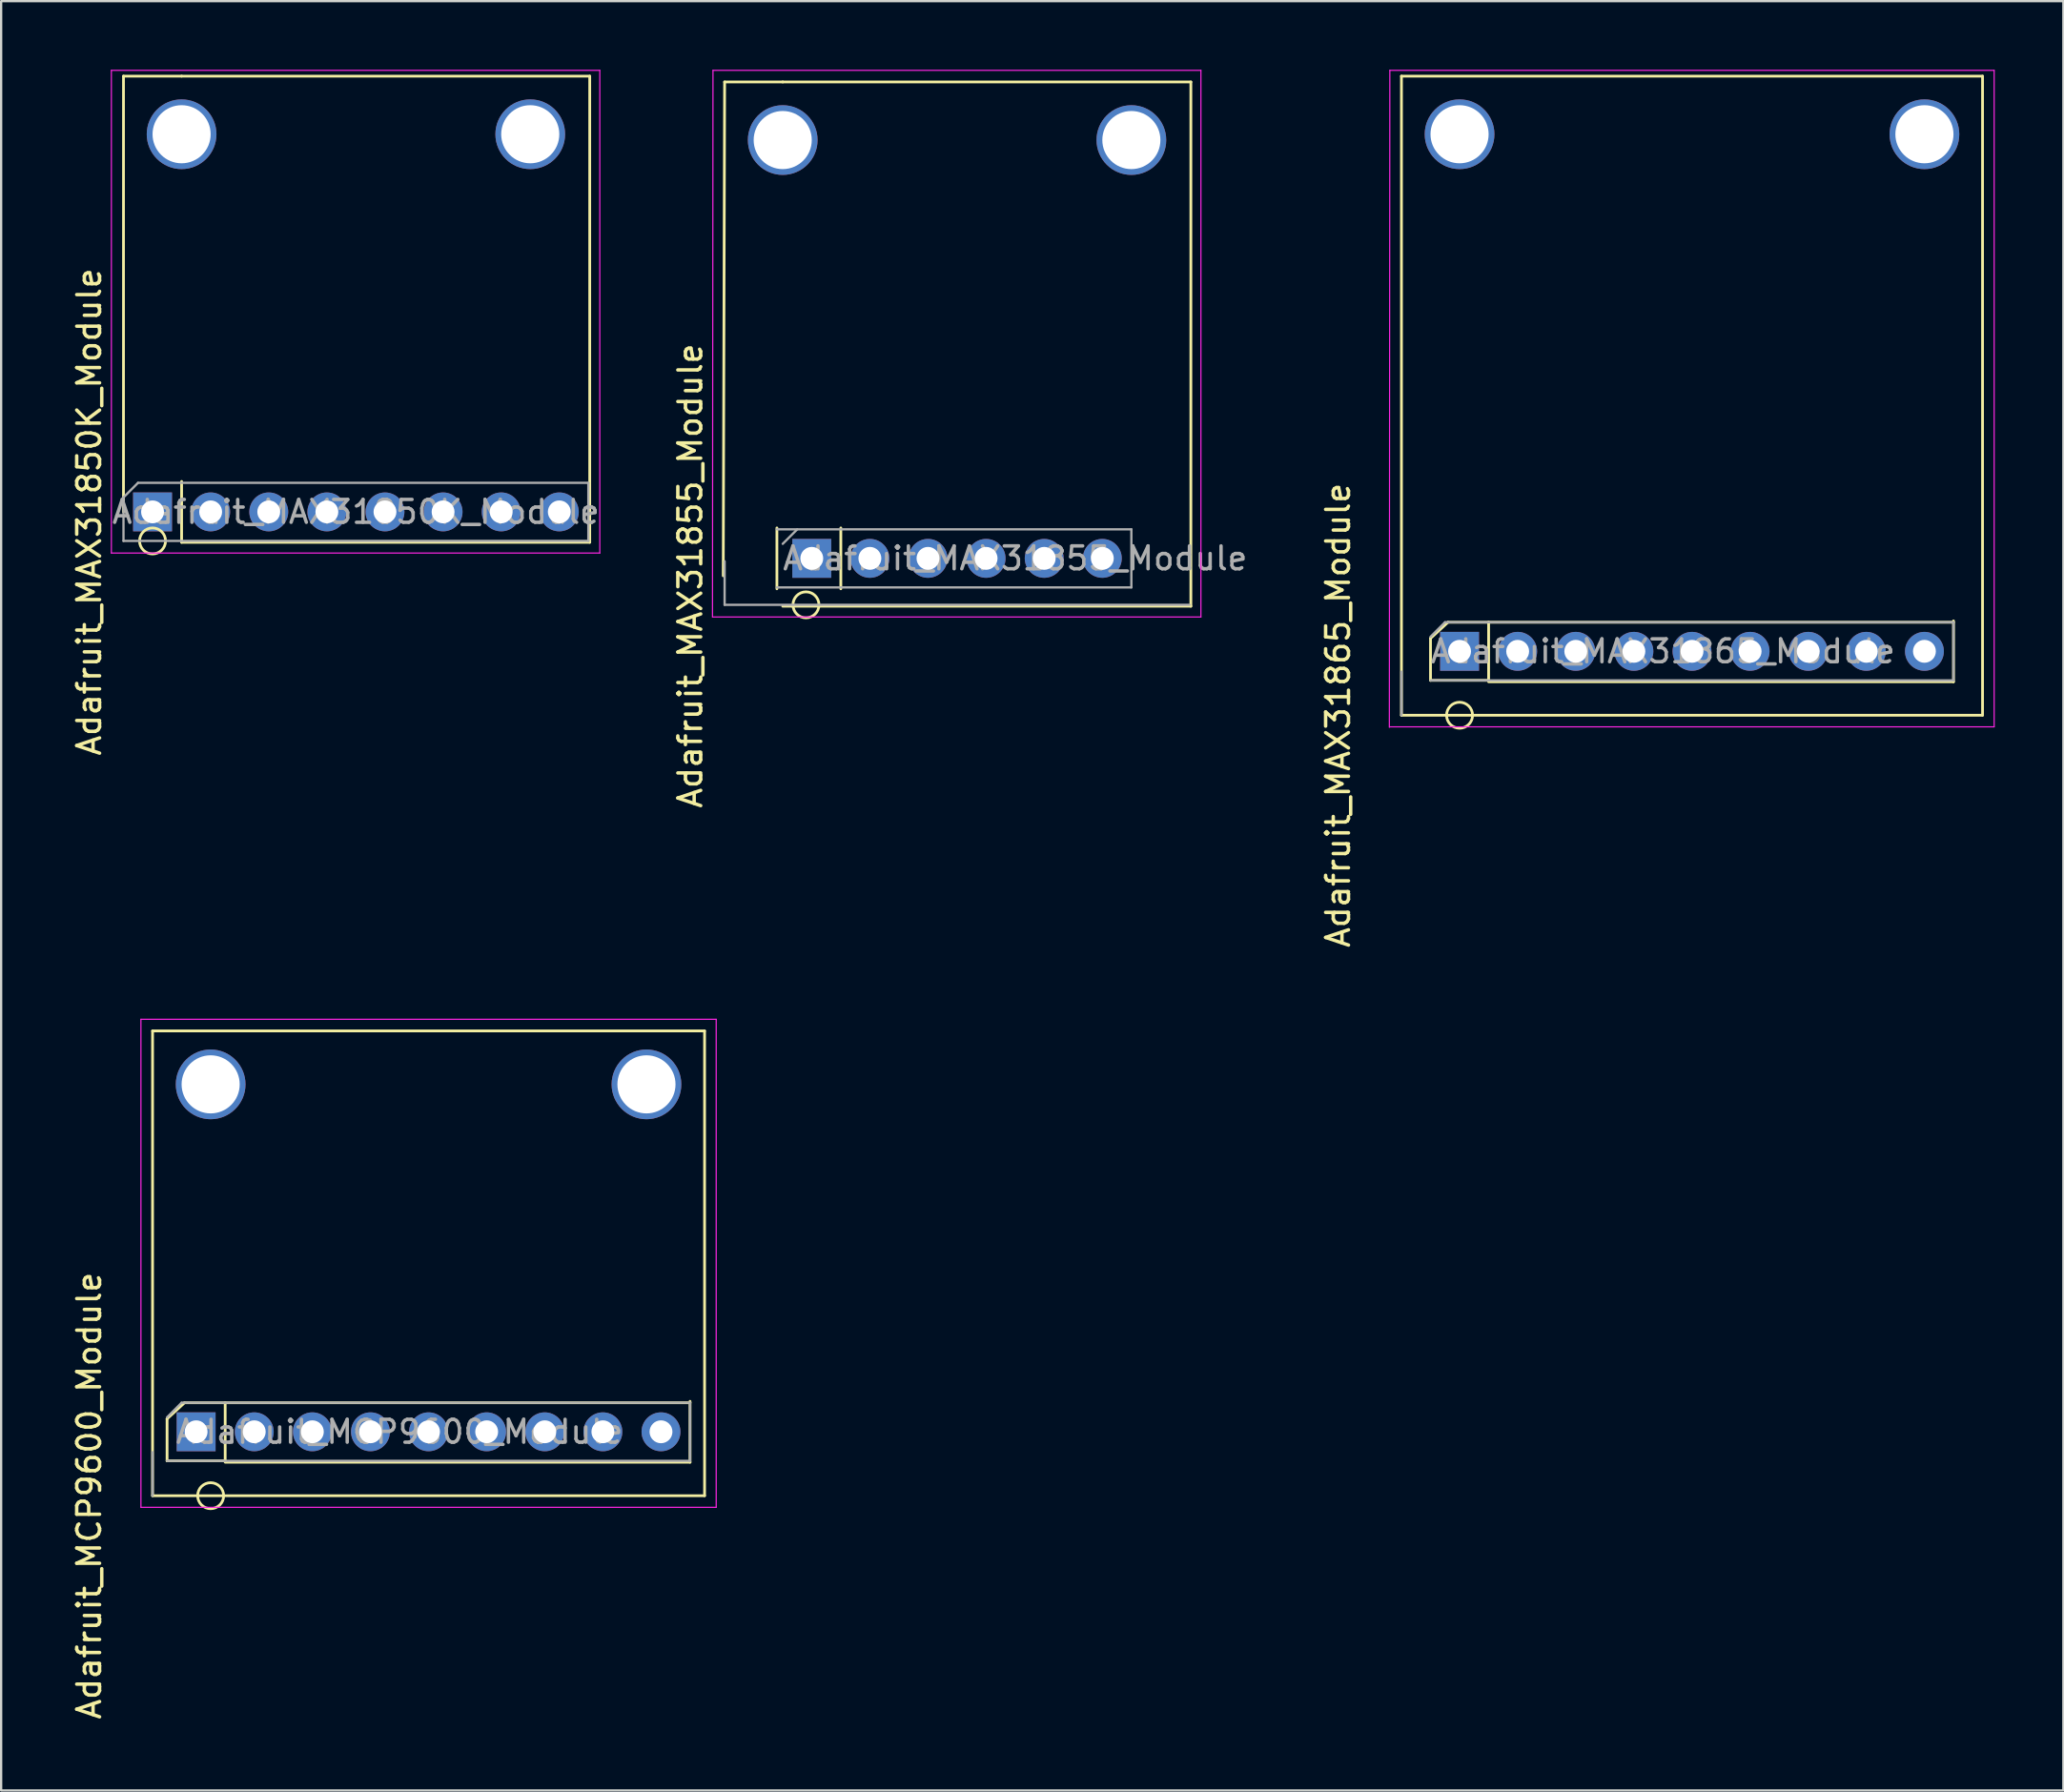
<source format=kicad_pcb>
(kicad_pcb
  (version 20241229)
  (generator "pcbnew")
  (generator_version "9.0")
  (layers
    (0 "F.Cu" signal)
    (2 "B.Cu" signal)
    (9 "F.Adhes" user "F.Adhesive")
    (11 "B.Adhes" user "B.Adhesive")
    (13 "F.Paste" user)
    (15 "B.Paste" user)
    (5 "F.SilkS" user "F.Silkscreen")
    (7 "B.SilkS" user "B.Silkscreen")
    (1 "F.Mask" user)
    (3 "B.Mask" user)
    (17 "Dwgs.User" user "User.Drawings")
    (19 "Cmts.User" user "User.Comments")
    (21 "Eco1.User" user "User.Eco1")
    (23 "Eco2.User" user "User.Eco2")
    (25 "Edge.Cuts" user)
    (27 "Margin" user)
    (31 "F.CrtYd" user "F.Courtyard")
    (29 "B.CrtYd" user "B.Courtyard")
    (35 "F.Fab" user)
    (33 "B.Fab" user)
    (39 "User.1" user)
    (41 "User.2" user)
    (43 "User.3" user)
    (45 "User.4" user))
  (footprint "Adafruit_MAX31865_Module"
    (layer "F.Cu")
    (at 58.21 28.219)
    (property "Reference" "Adafruit_MAX31865_Module" (at -2.77 0 90) (layer "F.SilkS") (effects (font (size 1 1) (thickness 0.15))))
    (attr through_hole)
    (fp_line (start 0 -27.94) (end 25.4 -27.94) (stroke (width 0.12) (type solid)) (layer "F.SilkS"))
    (fp_line (start 0 0) (end 0 -27.94) (stroke (width 0.12) (type solid)) (layer "F.SilkS"))
    (fp_line (start 0 0) (end 25.4 0) (stroke (width 0.12) (type solid)) (layer "F.SilkS"))
    (fp_line (start 1.27 -1.524) (end 1.27 -3.362) (stroke (width 0.12) (type solid)) (layer "F.SilkS"))
    (fp_line (start 2.032 -4.064) (end 1.27 -3.362) (stroke (width 0.12) (type default)) (layer "F.SilkS"))
    (fp_line (start 2.032 -4.064) (end 3.81 -4.064) (stroke (width 0.12) (type default)) (layer "F.SilkS"))
    (fp_line (start 3.81 -4.064) (end 24.13 -4.064) (stroke (width 0.12) (type solid)) (layer "F.SilkS"))
    (fp_line (start 3.81 -1.524) (end 1.27 -1.524) (stroke (width 0.12) (type default)) (layer "F.SilkS"))
    (fp_line (start 3.81 -1.524) (end 3.81 -4.064) (stroke (width 0.12) (type solid)) (layer "F.SilkS"))
    (fp_line (start 3.81 -1.464) (end 24.13 -1.464) (stroke (width 0.12) (type solid)) (layer "F.SilkS"))
    (fp_line (start 24.13 -1.464) (end 24.13 -4.124) (stroke (width 0.12) (type solid)) (layer "F.SilkS"))
    (fp_line (start 25.4 0) (end 25.4 -27.94) (stroke (width 0.12) (type solid)) (layer "F.SilkS"))
    (fp_circle (center 2.54 0) (end 2.794 0.508) (stroke (width 0.12) (type solid)) (fill no) (layer "F.SilkS"))
    (fp_line (start -0.53 0.53) (end -0.508 -28.194) (stroke (width 0.05) (type solid)) (layer "F.CrtYd"))
    (fp_line (start -0.508 -28.194) (end 25.908 -28.194) (stroke (width 0.05) (type solid)) (layer "F.CrtYd"))
    (fp_line (start 25.908 -28.194) (end 25.908 0.508) (stroke (width 0.05) (type solid)) (layer "F.CrtYd"))
    (fp_line (start 25.908 0.508) (end -0.508 0.508) (stroke (width 0.05) (type solid)) (layer "F.CrtYd"))
    (fp_line (start 0 0) (end 0 -1.905) (stroke (width 0.1) (type solid)) (layer "F.Fab"))
    (fp_line (start 1.27 -3.429) (end 1.905 -4.064) (stroke (width 0.1) (type solid)) (layer "F.Fab"))
    (fp_line (start 1.905 -4.064) (end 24.13 -4.064) (stroke (width 0.1) (type solid)) (layer "F.Fab"))
    (fp_line (start 24.13 -4.064) (end 24.13 -1.524) (stroke (width 0.1) (type solid)) (layer "F.Fab"))
    (fp_line (start 24.13 -1.524) (end 1.27 -1.524) (stroke (width 0.1) (type solid)) (layer "F.Fab"))
    (fp_text user "${REFERENCE}" (at 11.43 -2.794 180) (layer "F.Fab") (effects (font (size 1 1) (thickness 0.15))))
    (pad "1" thru_hole rect (at 2.54 -2.794 90) (size 1.7 1.7) (drill 1) (layers "*.Cu" "*.Mask"))
    (pad "2" thru_hole oval (at 5.08 -2.794 90) (size 1.7 1.7) (drill 1) (layers "*.Cu" "*.Mask"))
    (pad "3" thru_hole oval (at 7.62 -2.794 90) (size 1.7 1.7) (drill 1) (layers "*.Cu" "*.Mask"))
    (pad "4" thru_hole oval (at 10.16 -2.794 90) (size 1.7 1.7) (drill 1) (layers "*.Cu" "*.Mask"))
    (pad "5" thru_hole oval (at 12.7 -2.794 90) (size 1.7 1.7) (drill 1) (layers "*.Cu" "*.Mask"))
    (pad "6" thru_hole oval (at 15.24 -2.794 90) (size 1.7 1.7) (drill 1) (layers "*.Cu" "*.Mask"))
    (pad "7" thru_hole oval (at 17.78 -2.794 90) (size 1.7 1.7) (drill 1) (layers "*.Cu" "*.Mask"))
    (pad "8" thru_hole oval (at 20.32 -2.794 90) (size 1.7 1.7) (drill 1) (layers "*.Cu" "*.Mask"))
    (pad "9" thru_hole oval (at 22.86 -2.794 90) (size 1.7 1.7) (drill 1) (layers "*.Cu" "*.Mask"))
    (pad "10" thru_hole circle (at 2.54 -25.4 90) (size 3.048 3.048) (drill 2.54) (layers "*.Cu" "*.Mask"))
    (pad "11" thru_hole circle (at 22.86 -25.4 90) (size 3.048 3.048) (drill 2.54) (layers "*.Cu" "*.Mask")))
  (footprint "Adafruit_MAX31855_Module"
    (layer "F.Cu")
    (at 29.894 22.123)
    (property "Reference" "Adafruit_MAX31855_Module" (at -2.77 0 90) (layer "F.SilkS") (effects (font (size 1 1) (thickness 0.15))))
    (attr through_hole)
    (fp_line (start -1.33 0) (end -1.27 -21.59) (stroke (width 0.12) (type solid)) (layer "F.SilkS"))
    (fp_line (start -1.27 -21.59) (end 1.27 -21.59) (stroke (width 0.12) (type solid)) (layer "F.SilkS"))
    (fp_line (start 1.016 0.568) (end 1.016 -2.092) (stroke (width 0.12) (type solid)) (layer "F.SilkS"))
    (fp_line (start 1.27 -21.59) (end 19.11 -21.59) (stroke (width 0.12) (type solid)) (layer "F.SilkS"))
    (fp_line (start 1.27 1.33) (end 19.11 1.33) (stroke (width 0.12) (type solid)) (layer "F.SilkS"))
    (fp_line (start 3.81 0.568) (end 3.81 -2.092) (stroke (width 0.12) (type solid)) (layer "F.SilkS"))
    (fp_line (start 19.11 1.33) (end 19.11 -21.59) (stroke (width 0.12) (type solid)) (layer "F.SilkS"))
    (fp_circle (center 2.286 1.27) (end 2.54 1.778) (stroke (width 0.12) (type default)) (fill no) (layer "F.SilkS"))
    (fp_line (start -1.8 1.8) (end -1.778 -22.098) (stroke (width 0.05) (type solid)) (layer "F.CrtYd"))
    (fp_line (start -1.778 -22.098) (end 19.55 -22.098) (stroke (width 0.05) (type solid)) (layer "F.CrtYd"))
    (fp_line (start 19.55 -22.098) (end 19.55 1.8) (stroke (width 0.05) (type solid)) (layer "F.CrtYd"))
    (fp_line (start 19.55 1.8) (end -1.8 1.8) (stroke (width 0.05) (type solid)) (layer "F.CrtYd"))
    (fp_line (start -1.27 1.27) (end -1.27 -0.635) (stroke (width 0.1) (type solid)) (layer "F.Fab"))
    (fp_line (start 1.016 -2.032) (end 16.51 -2.032) (stroke (width 0.1) (type solid)) (layer "F.Fab"))
    (fp_line (start 1.016 0.508) (end 16.51 0.508) (stroke (width 0.1) (type solid)) (layer "F.Fab"))
    (fp_line (start 1.27 -1.397) (end 1.905 -2.032) (stroke (width 0.1) (type solid)) (layer "F.Fab"))
    (fp_line (start 16.51 -2.032) (end 16.51 0.508) (stroke (width 0.1) (type solid)) (layer "F.Fab"))
    (fp_line (start 19.05 1.27) (end -1.27 1.27) (stroke (width 0.1) (type solid)) (layer "F.Fab"))
    (fp_text user "${REFERENCE}" (at 11.43 -0.762 180) (layer "F.Fab") (effects (font (size 1 1) (thickness 0.15))))
    (pad "1" thru_hole rect (at 2.54 -0.762 90) (size 1.7 1.7) (drill 1) (layers "*.Cu" "*.Mask"))
    (pad "2" thru_hole oval (at 5.08 -0.762 90) (size 1.7 1.7) (drill 1) (layers "*.Cu" "*.Mask"))
    (pad "3" thru_hole oval (at 7.62 -0.762 90) (size 1.7 1.7) (drill 1) (layers "*.Cu" "*.Mask"))
    (pad "4" thru_hole oval (at 10.16 -0.762 90) (size 1.7 1.7) (drill 1) (layers "*.Cu" "*.Mask"))
    (pad "5" thru_hole oval (at 12.7 -0.762 90) (size 1.7 1.7) (drill 1) (layers "*.Cu" "*.Mask"))
    (pad "6" thru_hole oval (at 15.24 -0.762 90) (size 1.7 1.7) (drill 1) (layers "*.Cu" "*.Mask"))
    (pad "8" thru_hole circle (at 1.27 -19.05 90) (size 3.048 3.048) (drill 2.54) (layers "*.Cu" "*.Mask"))
    (pad "9" thru_hole circle (at 16.51 -19.05 90) (size 3.048 3.048) (drill 2.54) (layers "*.Cu" "*.Mask")))
  (footprint "Adafruit_MAX31850K_Module"
    (layer "F.Cu")
    (at 3.618 19.329)
    (property "Reference" "Adafruit_MAX31850K_Module" (at -2.77 0 90) (layer "F.SilkS") (effects (font (size 1 1) (thickness 0.15))))
    (attr through_hole)
    (fp_line (start -1.27 -19.05) (end 1.27 -19.05) (stroke (width 0.12) (type solid)) (layer "F.SilkS"))
    (fp_line (start -1.27 0) (end -1.27 -19.05) (stroke (width 0.12) (type solid)) (layer "F.SilkS"))
    (fp_line (start 1.27 -19.05) (end 19.11 -19.05) (stroke (width 0.12) (type solid)) (layer "F.SilkS"))
    (fp_line (start 1.27 1.33) (end 1.27 -1.33) (stroke (width 0.12) (type solid)) (layer "F.SilkS"))
    (fp_line (start 1.27 1.33) (end 19.11 1.33) (stroke (width 0.12) (type solid)) (layer "F.SilkS"))
    (fp_line (start 19.11 1.33) (end 19.11 -19.05) (stroke (width 0.12) (type solid)) (layer "F.SilkS"))
    (fp_circle (center 0 1.27) (end 0.254 1.778) (stroke (width 0.12) (type solid)) (fill no) (layer "F.SilkS"))
    (fp_line (start -1.8 -19.304) (end 19.55 -19.304) (stroke (width 0.05) (type solid)) (layer "F.CrtYd"))
    (fp_line (start -1.8 1.8) (end -1.8 -19.304) (stroke (width 0.05) (type solid)) (layer "F.CrtYd"))
    (fp_line (start 19.55 -19.304) (end 19.55 1.8) (stroke (width 0.05) (type solid)) (layer "F.CrtYd"))
    (fp_line (start 19.55 1.8) (end -1.8 1.8) (stroke (width 0.05) (type solid)) (layer "F.CrtYd"))
    (fp_line (start -1.27 -0.635) (end -0.635 -1.27) (stroke (width 0.1) (type solid)) (layer "F.Fab"))
    (fp_line (start -1.27 1.27) (end -1.27 -0.635) (stroke (width 0.1) (type solid)) (layer "F.Fab"))
    (fp_line (start -0.635 -1.27) (end 19.05 -1.27) (stroke (width 0.1) (type solid)) (layer "F.Fab"))
    (fp_line (start 19.05 -1.27) (end 19.05 1.27) (stroke (width 0.1) (type solid)) (layer "F.Fab"))
    (fp_line (start 19.05 1.27) (end -1.27 1.27) (stroke (width 0.1) (type solid)) (layer "F.Fab"))
    (fp_text user "${REFERENCE}" (at 8.89 0 180) (layer "F.Fab") (effects (font (size 1 1) (thickness 0.15))))
    (pad "1" thru_hole rect (at 0 0 90) (size 1.7 1.7) (drill 1) (layers "*.Cu" "*.Mask"))
    (pad "2" thru_hole oval (at 2.54 0 90) (size 1.7 1.7) (drill 1) (layers "*.Cu" "*.Mask"))
    (pad "3" thru_hole oval (at 5.08 0 90) (size 1.7 1.7) (drill 1) (layers "*.Cu" "*.Mask"))
    (pad "4" thru_hole oval (at 7.62 0 90) (size 1.7 1.7) (drill 1) (layers "*.Cu" "*.Mask"))
    (pad "5" thru_hole oval (at 10.16 0 90) (size 1.7 1.7) (drill 1) (layers "*.Cu" "*.Mask"))
    (pad "6" thru_hole oval (at 12.7 0 90) (size 1.7 1.7) (drill 1) (layers "*.Cu" "*.Mask"))
    (pad "7" thru_hole oval (at 15.24 0 90) (size 1.7 1.7) (drill 1) (layers "*.Cu" "*.Mask"))
    (pad "8" thru_hole oval (at 17.78 0 90) (size 1.7 1.7) (drill 1) (layers "*.Cu" "*.Mask"))
    (pad "9" thru_hole circle (at 1.27 -16.51 90) (size 3.048 3.048) (drill 2.54) (layers "*.Cu" "*.Mask"))
    (pad "10" thru_hole circle (at 16.51 -16.51 90) (size 3.048 3.048) (drill 2.54) (layers "*.Cu" "*.Mask")))
  (footprint "Adafruit_MCP9600_Module"
    (layer "F.Cu")
    (at 3.618 62.34)
    (property "Reference" "Adafruit_MCP9600_Module" (at -2.77 0 90) (layer "F.SilkS") (effects (font (size 1 1) (thickness 0.15))))
    (attr through_hole)
    (fp_line (start 0 -20.32) (end 24.13 -20.32) (stroke (width 0.12) (type solid)) (layer "F.SilkS"))
    (fp_line (start 0 0) (end 0 -20.32) (stroke (width 0.12) (type solid)) (layer "F.SilkS"))
    (fp_line (start 0 0) (end 24.13 0) (stroke (width 0.12) (type solid)) (layer "F.SilkS"))
    (fp_line (start 0.635 -1.524) (end 0.635 -3.362) (stroke (width 0.12) (type solid)) (layer "F.SilkS"))
    (fp_line (start 1.397 -4.064) (end 0.635 -3.362) (stroke (width 0.12) (type default)) (layer "F.SilkS"))
    (fp_line (start 1.397 -4.064) (end 3.175 -4.064) (stroke (width 0.12) (type default)) (layer "F.SilkS"))
    (fp_line (start 3.175 -4.064) (end 23.495 -4.064) (stroke (width 0.12) (type solid)) (layer "F.SilkS"))
    (fp_line (start 3.175 -1.524) (end 0.635 -1.524) (stroke (width 0.12) (type default)) (layer "F.SilkS"))
    (fp_line (start 3.175 -1.524) (end 3.175 -4.064) (stroke (width 0.12) (type solid)) (layer "F.SilkS"))
    (fp_line (start 3.175 -1.464) (end 23.495 -1.464) (stroke (width 0.12) (type solid)) (layer "F.SilkS"))
    (fp_line (start 23.495 -1.464) (end 23.495 -4.124) (stroke (width 0.12) (type solid)) (layer "F.SilkS"))
    (fp_line (start 24.13 0) (end 24.13 -20.32) (stroke (width 0.12) (type solid)) (layer "F.SilkS"))
    (fp_circle (center 2.54 0) (end 2.794 0.508) (stroke (width 0.12) (type solid)) (fill no) (layer "F.SilkS"))
    (fp_line (start -0.508 -20.828) (end 24.638 -20.828) (stroke (width 0.05) (type solid)) (layer "F.CrtYd"))
    (fp_line (start -0.508 0.508) (end -0.508 -20.828) (stroke (width 0.05) (type solid)) (layer "F.CrtYd"))
    (fp_line (start 24.638 -20.828) (end 24.638 0.508) (stroke (width 0.05) (type solid)) (layer "F.CrtYd"))
    (fp_line (start 24.638 0.508) (end -0.508 0.508) (stroke (width 0.05) (type solid)) (layer "F.CrtYd"))
    (fp_line (start 0 0) (end 0 -1.905) (stroke (width 0.1) (type solid)) (layer "F.Fab"))
    (fp_line (start 0.635 -3.429) (end 1.27 -4.064) (stroke (width 0.1) (type solid)) (layer "F.Fab"))
    (fp_line (start 1.27 -4.064) (end 23.495 -4.064) (stroke (width 0.1) (type solid)) (layer "F.Fab"))
    (fp_line (start 23.495 -4.064) (end 23.495 -1.524) (stroke (width 0.1) (type solid)) (layer "F.Fab"))
    (fp_line (start 23.495 -1.524) (end 0.635 -1.524) (stroke (width 0.1) (type solid)) (layer "F.Fab"))
    (fp_text user "${REFERENCE}" (at 10.795 -2.794 180) (layer "F.Fab") (effects (font (size 1 1) (thickness 0.15))))
    (pad "1" thru_hole rect (at 1.905 -2.794 90) (size 1.7 1.7) (drill 1) (layers "*.Cu" "*.Mask"))
    (pad "2" thru_hole oval (at 4.445 -2.794 90) (size 1.7 1.7) (drill 1) (layers "*.Cu" "*.Mask"))
    (pad "3" thru_hole oval (at 6.985 -2.794 90) (size 1.7 1.7) (drill 1) (layers "*.Cu" "*.Mask"))
    (pad "4" thru_hole oval (at 9.525 -2.794 90) (size 1.7 1.7) (drill 1) (layers "*.Cu" "*.Mask"))
    (pad "5" thru_hole oval (at 12.065 -2.794 90) (size 1.7 1.7) (drill 1) (layers "*.Cu" "*.Mask"))
    (pad "6" thru_hole oval (at 14.605 -2.794 90) (size 1.7 1.7) (drill 1) (layers "*.Cu" "*.Mask"))
    (pad "7" thru_hole oval (at 17.145 -2.794 90) (size 1.7 1.7) (drill 1) (layers "*.Cu" "*.Mask"))
    (pad "8" thru_hole oval (at 19.685 -2.794 90) (size 1.7 1.7) (drill 1) (layers "*.Cu" "*.Mask"))
    (pad "9" thru_hole oval (at 22.225 -2.794 90) (size 1.7 1.7) (drill 1) (layers "*.Cu" "*.Mask"))
    (pad "10" thru_hole circle (at 2.54 -17.983 90) (size 3.048 3.048) (drill 2.54) (layers "*.Cu" "*.Mask"))
    (pad "11" thru_hole circle (at 21.59 -17.983 90) (size 3.048 3.048) (drill 2.54) (layers "*.Cu" "*.Mask")))
  (gr_rect
    (start -3 -3)
    (end 87.143 75.227)
    (stroke (width 0.1) (type default))
    (fill no)
    (layer "Edge.Cuts")))
</source>
